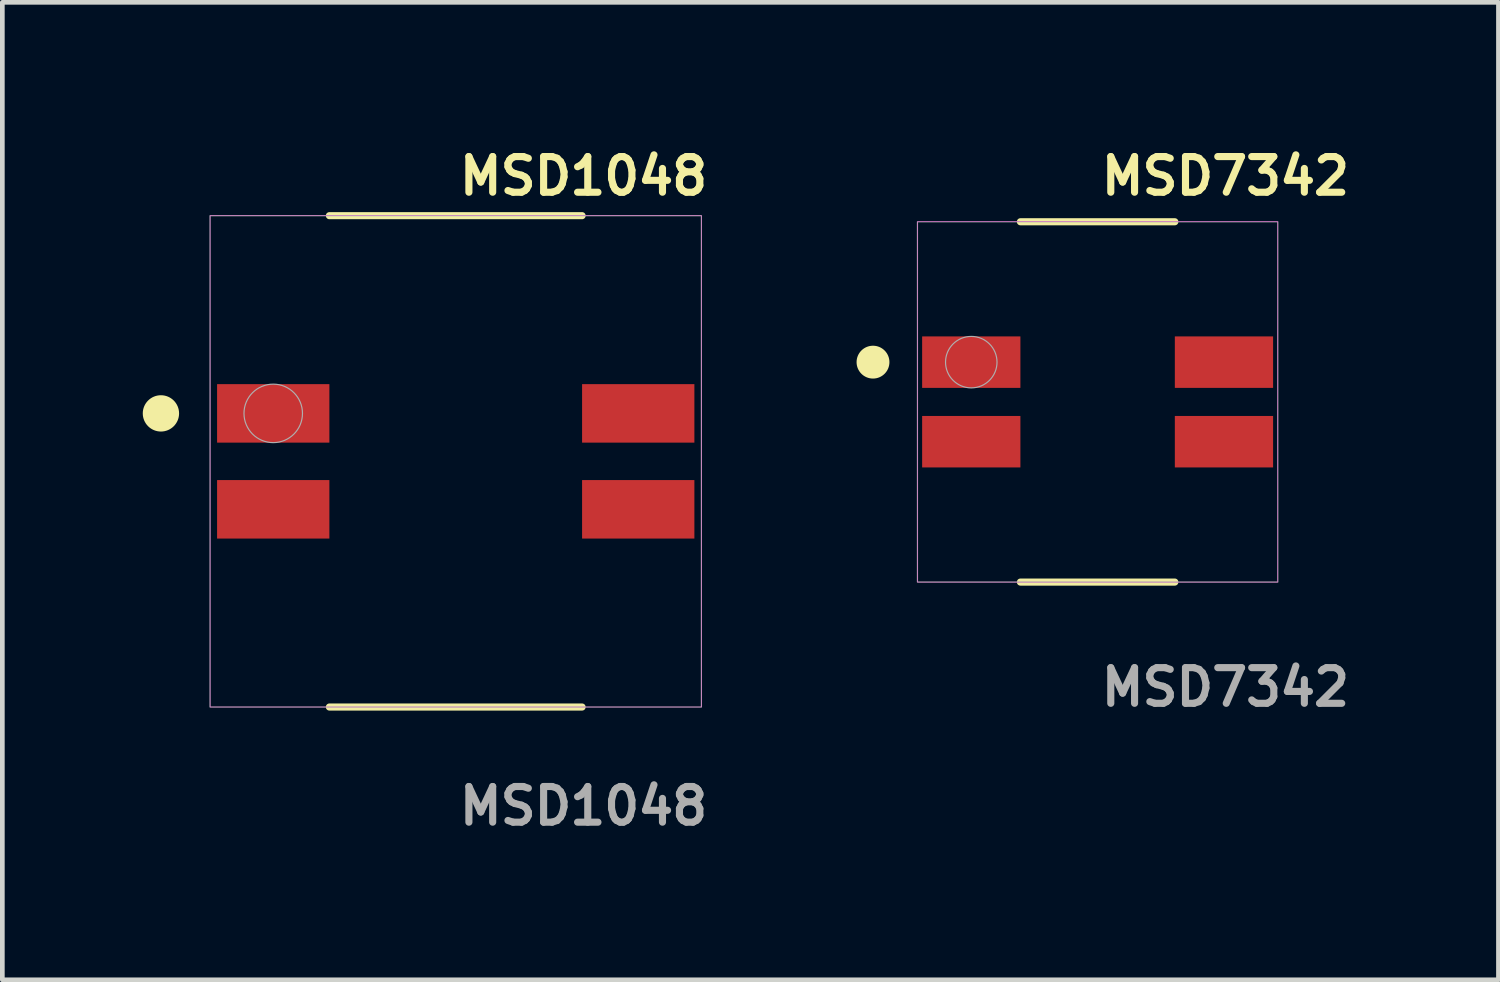
<source format=kicad_pcb>
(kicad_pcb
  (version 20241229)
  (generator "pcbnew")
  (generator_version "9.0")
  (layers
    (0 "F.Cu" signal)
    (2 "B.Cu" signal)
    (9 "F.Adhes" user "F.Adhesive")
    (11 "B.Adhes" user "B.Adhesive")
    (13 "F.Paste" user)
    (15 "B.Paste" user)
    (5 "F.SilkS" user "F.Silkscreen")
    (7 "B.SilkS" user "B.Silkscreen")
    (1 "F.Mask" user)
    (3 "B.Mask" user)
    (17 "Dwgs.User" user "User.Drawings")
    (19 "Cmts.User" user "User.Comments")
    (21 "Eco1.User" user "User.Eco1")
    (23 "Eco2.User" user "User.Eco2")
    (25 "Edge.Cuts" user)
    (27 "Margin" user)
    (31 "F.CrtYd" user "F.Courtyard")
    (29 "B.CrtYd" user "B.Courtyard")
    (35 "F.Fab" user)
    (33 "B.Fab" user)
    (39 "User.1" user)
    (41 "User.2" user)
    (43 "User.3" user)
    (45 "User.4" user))
  (footprint "MSD1048"
    (layer "F.Cu")
    (at 6.689 6.809)
    (property "Reference" "MSD1048" (at 0 -6.096 0) (unlocked yes) (layer "F.SilkS") (effects (font (size 0.762 0.762) (thickness 0.152)) (justify left)))
    (fp_line (start 2.7 -5.25) (end -2.7 -5.25) (stroke (width 0.152) (type solid)) (layer "F.SilkS"))
    (fp_line (start 2.7 5.25) (end -2.7 5.25) (stroke (width 0.152) (type solid)) (layer "F.SilkS"))
    (fp_circle (center -6.3 -1.025) (end -6.612 -1.025) (stroke (width 0.152) (type solid)) (fill yes) (layer "F.SilkS"))
    (fp_rect (start -5.25 -5.25) (end 5.25 5.25) (stroke (width 0.006) (type solid)) (fill no) (layer "F.CrtYd"))
    (fp_rect (start -5.25 -5.25) (end 5.25 5.25) (stroke (width 0.025) (type default)) (fill no) (layer "F.Fab"))
    (fp_circle (center -3.9 -1.025) (end -3.275 -1.025) (stroke (width 0.025) (type solid)) (fill no) (layer "F.Fab"))
    (fp_text user "${REFERENCE}" (at 0 7.366 0) (unlocked yes) (layer "F.Fab") (effects (font (size 0.762 0.762) (thickness 0.152)) (justify left)))
    (pad "1" smd rect (at -3.9 -1.025) (size 2.4 1.25) (layers "F.Cu" "F.Mask" "F.Paste"))
    (pad "2" smd rect (at -3.9 1.025) (size 2.4 1.25) (layers "F.Cu" "F.Mask" "F.Paste"))
    (pad "3" smd rect (at 3.9 1.025) (size 2.4 1.25) (layers "F.Cu" "F.Mask" "F.Paste"))
    (pad "4" smd rect (at 3.9 -1.025) (size 2.4 1.25) (layers "F.Cu" "F.Mask" "F.Paste")))
  (footprint "MSD7342"
    (layer "F.Cu")
    (at 20.406 5.539)
    (property "Reference" "MSD7342" (at 0 -4.826 0) (unlocked yes) (layer "F.SilkS") (effects (font (size 0.762 0.762) (thickness 0.152)) (justify left)))
    (fp_line (start 1.65 -3.85) (end -1.65 -3.85) (stroke (width 0.152) (type solid)) (layer "F.SilkS"))
    (fp_line (start 1.65 3.85) (end -1.65 3.85) (stroke (width 0.152) (type solid)) (layer "F.SilkS"))
    (fp_circle (center -4.8 -0.85) (end -5.075 -0.85) (stroke (width 0.152) (type solid)) (fill yes) (layer "F.SilkS"))
    (fp_rect (start -3.85 -3.85) (end 3.85 3.85) (stroke (width 0.006) (type solid)) (fill no) (layer "F.CrtYd"))
    (fp_rect (start -3.85 -3.85) (end 3.85 3.85) (stroke (width 0.025) (type default)) (fill no) (layer "F.Fab"))
    (fp_circle (center -2.7 -0.85) (end -2.15 -0.85) (stroke (width 0.025) (type solid)) (fill no) (layer "F.Fab"))
    (fp_text user "${REFERENCE}" (at 0 6.096 0) (unlocked yes) (layer "F.Fab") (effects (font (size 0.762 0.762) (thickness 0.152)) (justify left)))
    (pad "1" smd rect (at -2.7 -0.85) (size 2.1 1.1) (layers "F.Cu" "F.Mask" "F.Paste"))
    (pad "2" smd rect (at -2.7 0.85) (size 2.1 1.1) (layers "F.Cu" "F.Mask" "F.Paste"))
    (pad "3" smd rect (at 2.7 0.85) (size 2.1 1.1) (layers "F.Cu" "F.Mask" "F.Paste"))
    (pad "4" smd rect (at 2.7 -0.85) (size 2.1 1.1) (layers "F.Cu" "F.Mask" "F.Paste")))
  (gr_rect
    (start -3 -3)
    (end 28.972 17.888)
    (stroke (width 0.1) (type default))
    (fill no)
    (layer "Edge.Cuts")))
</source>
